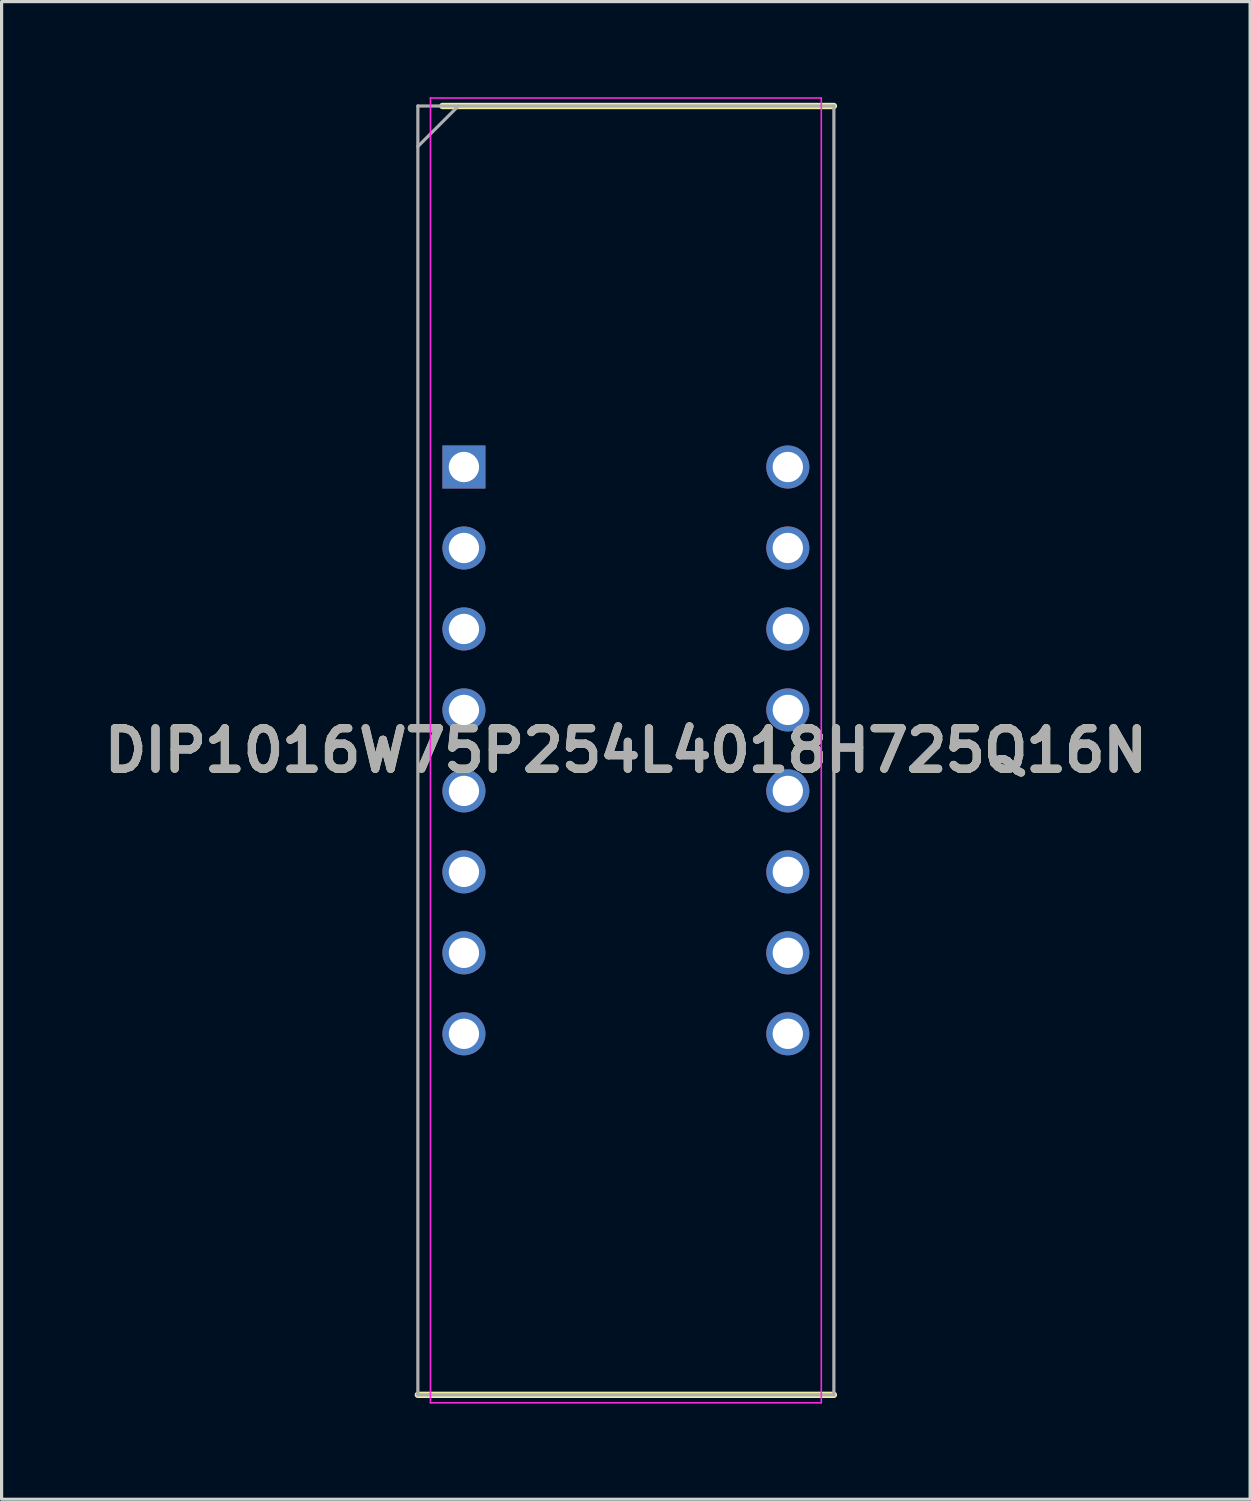
<source format=kicad_pcb>
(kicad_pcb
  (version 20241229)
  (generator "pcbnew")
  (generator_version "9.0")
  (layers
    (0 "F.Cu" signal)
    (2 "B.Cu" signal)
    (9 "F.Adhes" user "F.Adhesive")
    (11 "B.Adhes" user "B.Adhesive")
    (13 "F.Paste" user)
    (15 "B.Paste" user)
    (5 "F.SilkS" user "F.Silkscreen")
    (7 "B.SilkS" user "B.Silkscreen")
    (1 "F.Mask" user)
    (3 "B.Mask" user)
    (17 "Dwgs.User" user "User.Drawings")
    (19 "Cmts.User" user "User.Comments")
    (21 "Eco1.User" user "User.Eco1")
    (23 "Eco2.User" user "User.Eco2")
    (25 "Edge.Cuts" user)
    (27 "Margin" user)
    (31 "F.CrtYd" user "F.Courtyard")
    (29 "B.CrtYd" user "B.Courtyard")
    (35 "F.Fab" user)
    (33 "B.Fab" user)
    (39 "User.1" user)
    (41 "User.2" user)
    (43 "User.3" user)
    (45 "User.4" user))
  (footprint "DIP1016W75P254L4018H725Q16N"
    (layer "F.Cu")
    (at 16.583 20.49)
    (property "Reference" "DIP1016W75P254L4018H725Q16N" (at 0 0 0) (layer "F.SilkS") (effects (font (size 1.27 1.27) (thickness 0.254))))
    (attr through_hole)
    (fp_line (start -6.525 20.215) (end 6.525 20.215) (stroke (width 0.2) (type solid)) (layer "F.SilkS"))
    (fp_line (start -5.755 -20.215) (end 6.525 -20.215) (stroke (width 0.2) (type solid)) (layer "F.SilkS"))
    (fp_line (start -6.13 -20.465) (end 6.13 -20.465) (stroke (width 0.05) (type solid)) (layer "F.CrtYd"))
    (fp_line (start -6.13 20.465) (end -6.13 -20.465) (stroke (width 0.05) (type solid)) (layer "F.CrtYd"))
    (fp_line (start 6.13 -20.465) (end 6.13 20.465) (stroke (width 0.05) (type solid)) (layer "F.CrtYd"))
    (fp_line (start 6.13 20.465) (end -6.13 20.465) (stroke (width 0.05) (type solid)) (layer "F.CrtYd"))
    (fp_line (start -6.525 -20.215) (end 6.525 -20.215) (stroke (width 0.1) (type solid)) (layer "F.Fab"))
    (fp_line (start -6.525 -18.945) (end -5.255 -20.215) (stroke (width 0.1) (type solid)) (layer "F.Fab"))
    (fp_line (start -6.525 20.215) (end -6.525 -20.215) (stroke (width 0.1) (type solid)) (layer "F.Fab"))
    (fp_line (start 6.525 -20.215) (end 6.525 20.215) (stroke (width 0.1) (type solid)) (layer "F.Fab"))
    (fp_line (start 6.525 20.215) (end -6.525 20.215) (stroke (width 0.1) (type solid)) (layer "F.Fab"))
    (fp_text user "${REFERENCE}" (at 0 0 0) (layer "F.Fab") (effects (font (size 1.27 1.27) (thickness 0.254))))
    (pad "1" thru_hole rect (at -5.08 -8.89) (size 1.35 1.35) (drill 0.95) (layers "*.Cu" "*.Mask"))
    (pad "2" thru_hole circle (at -5.08 -6.35) (size 1.35 1.35) (drill 0.95) (layers "*.Cu" "*.Mask"))
    (pad "3" thru_hole circle (at -5.08 -3.81) (size 1.35 1.35) (drill 0.95) (layers "*.Cu" "*.Mask"))
    (pad "4" thru_hole circle (at -5.08 -1.27) (size 1.35 1.35) (drill 0.95) (layers "*.Cu" "*.Mask"))
    (pad "5" thru_hole circle (at -5.08 1.27) (size 1.35 1.35) (drill 0.95) (layers "*.Cu" "*.Mask"))
    (pad "6" thru_hole circle (at -5.08 3.81) (size 1.35 1.35) (drill 0.95) (layers "*.Cu" "*.Mask"))
    (pad "7" thru_hole circle (at -5.08 6.35) (size 1.35 1.35) (drill 0.95) (layers "*.Cu" "*.Mask"))
    (pad "8" thru_hole circle (at -5.08 8.89) (size 1.35 1.35) (drill 0.95) (layers "*.Cu" "*.Mask"))
    (pad "9" thru_hole circle (at 5.08 8.89) (size 1.35 1.35) (drill 0.95) (layers "*.Cu" "*.Mask"))
    (pad "10" thru_hole circle (at 5.08 6.35) (size 1.35 1.35) (drill 0.95) (layers "*.Cu" "*.Mask"))
    (pad "11" thru_hole circle (at 5.08 3.81) (size 1.35 1.35) (drill 0.95) (layers "*.Cu" "*.Mask"))
    (pad "12" thru_hole circle (at 5.08 1.27) (size 1.35 1.35) (drill 0.95) (layers "*.Cu" "*.Mask"))
    (pad "13" thru_hole circle (at 5.08 -1.27) (size 1.35 1.35) (drill 0.95) (layers "*.Cu" "*.Mask"))
    (pad "14" thru_hole circle (at 5.08 -3.81) (size 1.35 1.35) (drill 0.95) (layers "*.Cu" "*.Mask"))
    (pad "15" thru_hole circle (at 5.08 -6.35) (size 1.35 1.35) (drill 0.95) (layers "*.Cu" "*.Mask"))
    (pad "16" thru_hole circle (at 5.08 -8.89) (size 1.35 1.35) (drill 0.95) (layers "*.Cu" "*.Mask")))
  (gr_rect
    (start -3 -3)
    (end 36.165 43.98)
    (stroke (width 0.1) (type default))
    (fill no)
    (layer "Edge.Cuts")))
</source>
